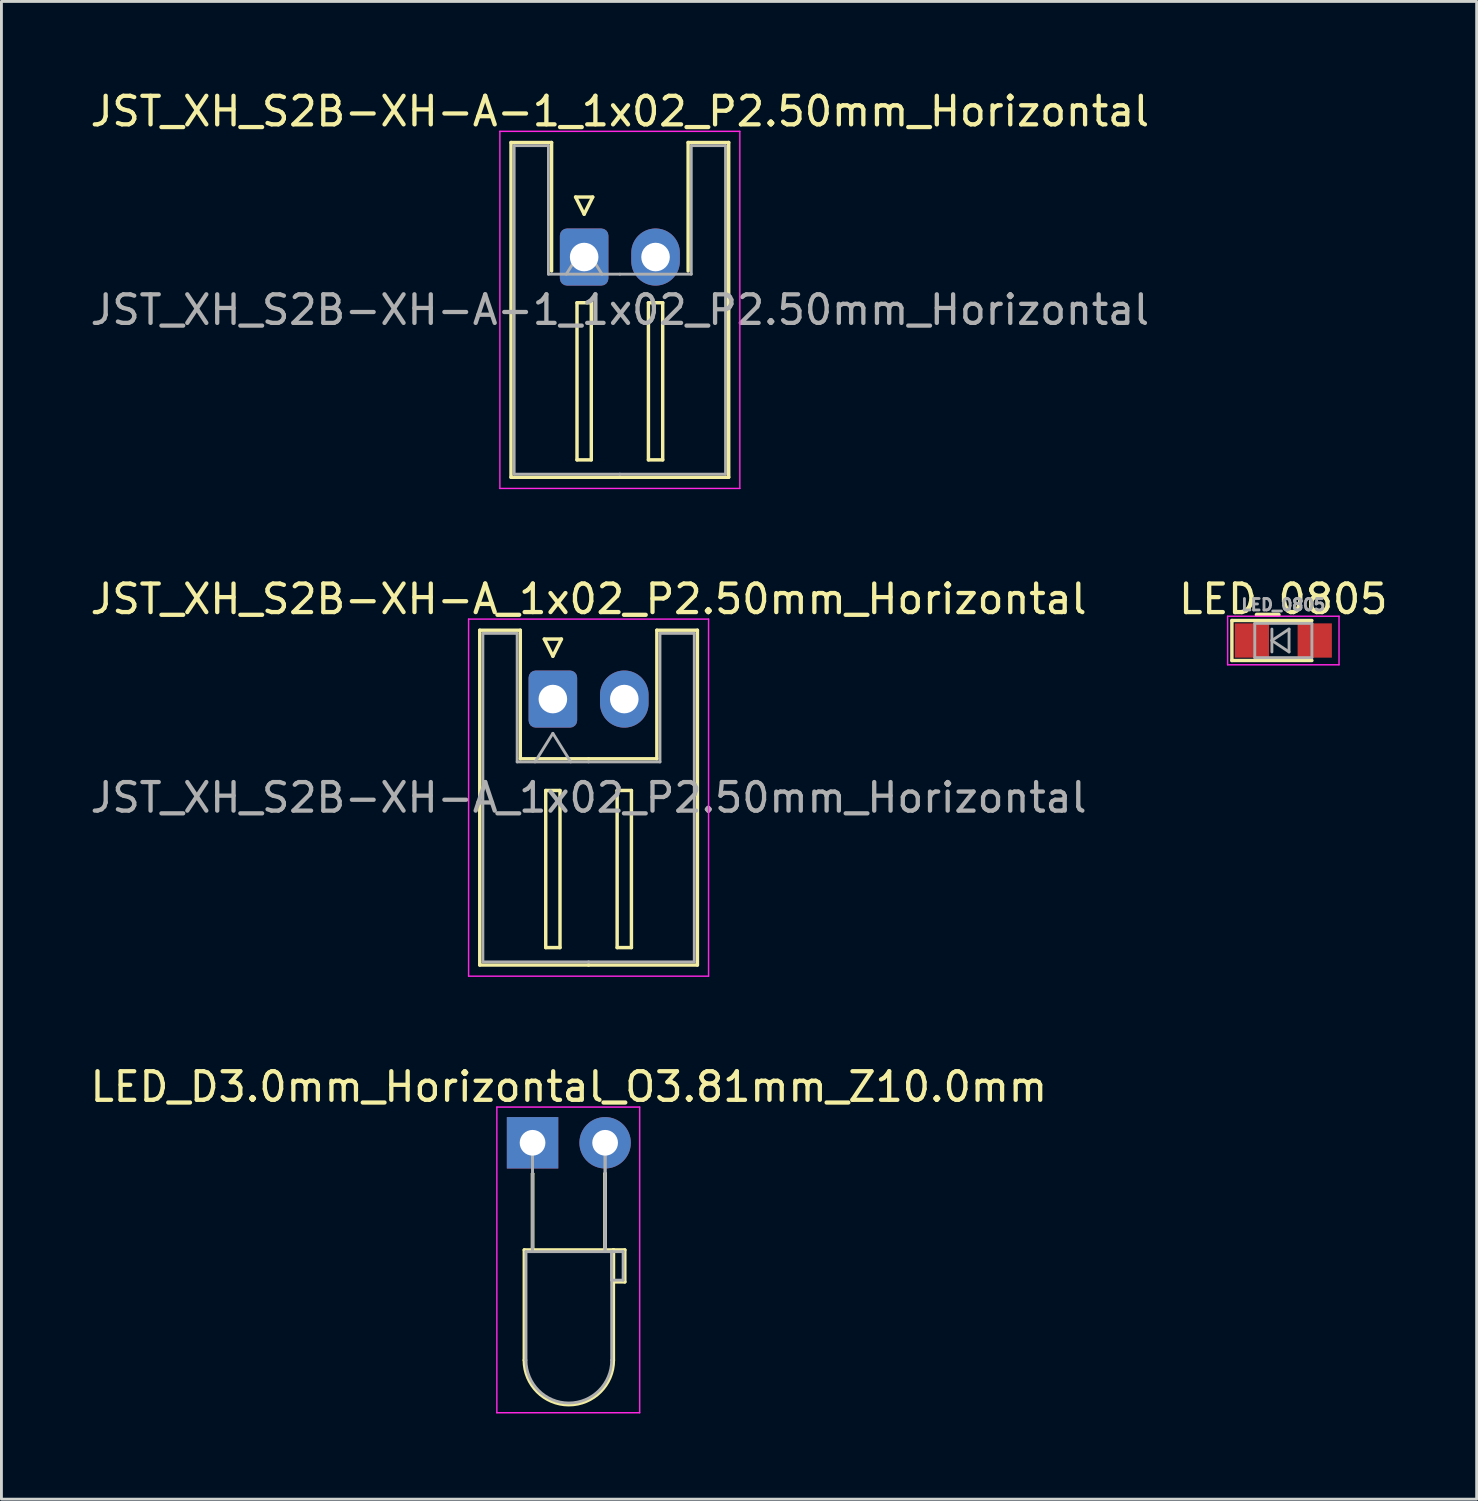
<source format=kicad_pcb>
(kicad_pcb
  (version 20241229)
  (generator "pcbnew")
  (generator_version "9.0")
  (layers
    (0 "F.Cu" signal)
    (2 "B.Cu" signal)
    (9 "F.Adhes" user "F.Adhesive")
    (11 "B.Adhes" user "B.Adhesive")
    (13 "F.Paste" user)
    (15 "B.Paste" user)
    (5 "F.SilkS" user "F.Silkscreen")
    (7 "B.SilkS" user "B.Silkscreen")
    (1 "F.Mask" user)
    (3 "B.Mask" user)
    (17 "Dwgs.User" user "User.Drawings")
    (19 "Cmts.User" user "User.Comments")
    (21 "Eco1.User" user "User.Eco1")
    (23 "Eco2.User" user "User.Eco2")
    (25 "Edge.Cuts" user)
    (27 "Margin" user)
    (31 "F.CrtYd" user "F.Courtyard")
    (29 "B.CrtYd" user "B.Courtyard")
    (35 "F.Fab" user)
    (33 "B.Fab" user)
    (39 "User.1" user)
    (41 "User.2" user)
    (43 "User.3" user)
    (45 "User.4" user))
  (footprint "LED_0805"
    (layer "F.Cu")
    (at 41.875 19.372)
    (property "Reference" "LED_0805" (at 0 -1.45 0) (layer "F.SilkS") (effects (font (size 1 1) (thickness 0.15))))
    (attr smd)
    (fp_line (start -1.8 -0.7) (end -1.8 0.7) (stroke (width 0.12) (type solid)) (layer "F.SilkS"))
    (fp_line (start -1.8 -0.7) (end 1 -0.7) (stroke (width 0.12) (type solid)) (layer "F.SilkS"))
    (fp_line (start -1.8 0.7) (end 1 0.7) (stroke (width 0.12) (type solid)) (layer "F.SilkS"))
    (fp_line (start -1.95 -0.85) (end 1.95 -0.85) (stroke (width 0.05) (type solid)) (layer "F.CrtYd"))
    (fp_line (start -1.95 0.85) (end -1.95 -0.85) (stroke (width 0.05) (type solid)) (layer "F.CrtYd"))
    (fp_line (start 1.95 -0.85) (end 1.95 0.85) (stroke (width 0.05) (type solid)) (layer "F.CrtYd"))
    (fp_line (start 1.95 0.85) (end -1.95 0.85) (stroke (width 0.05) (type solid)) (layer "F.CrtYd"))
    (fp_line (start -1 -0.6) (end 1 -0.6) (stroke (width 0.1) (type solid)) (layer "F.Fab"))
    (fp_line (start -1 0.6) (end -1 -0.6) (stroke (width 0.1) (type solid)) (layer "F.Fab"))
    (fp_line (start -0.4 -0.4) (end -0.4 0.4) (stroke (width 0.1) (type solid)) (layer "F.Fab"))
    (fp_line (start -0.4 0) (end 0.2 -0.4) (stroke (width 0.1) (type solid)) (layer "F.Fab"))
    (fp_line (start 0.2 -0.4) (end 0.2 0.4) (stroke (width 0.1) (type solid)) (layer "F.Fab"))
    (fp_line (start 0.2 0.4) (end -0.4 0) (stroke (width 0.1) (type solid)) (layer "F.Fab"))
    (fp_line (start 1 -0.6) (end 1 0.6) (stroke (width 0.1) (type solid)) (layer "F.Fab"))
    (fp_line (start 1 0.6) (end -1 0.6) (stroke (width 0.1) (type solid)) (layer "F.Fab"))
    (fp_text user "${REFERENCE}" (at 0 -1.25 0) (layer "F.Fab") (effects (font (size 0.4 0.4) (thickness 0.1))))
    (pad "1" smd rect (at -1.1 0 180) (size 1.2 1.2) (layers "F.Cu" "F.Mask" "F.Paste"))
    (pad "2" smd rect (at 1.1 0 180) (size 1.2 1.2) (layers "F.Cu" "F.Mask" "F.Paste")))
  (footprint "JST_XH_S2B-XH-A-1_1x02_P2.50mm_Horizontal"
    (layer "F.Cu")
    (at 17.399 5.948)
    (property "Reference" "JST_XH_S2B-XH-A-1_1x02_P2.50mm_Horizontal" (at 1.25 -5.1 0) (layer "F.SilkS") (effects (font (size 1 1) (thickness 0.15))))
    (attr through_hole)
    (fp_line (start -2.56 -4.01) (end -1.14 -4.01) (stroke (width 0.12) (type solid)) (layer "F.SilkS"))
    (fp_line (start -2.56 7.71) (end -2.56 -4.01) (stroke (width 0.12) (type solid)) (layer "F.SilkS"))
    (fp_line (start -1.14 -4.01) (end -1.14 0.49) (stroke (width 0.12) (type solid)) (layer "F.SilkS"))
    (fp_line (start -0.3 -2.1) (end 0.3 -2.1) (stroke (width 0.12) (type solid)) (layer "F.SilkS"))
    (fp_line (start -0.25 1.6) (end -0.25 7.1) (stroke (width 0.12) (type solid)) (layer "F.SilkS"))
    (fp_line (start -0.25 7.1) (end 0.25 7.1) (stroke (width 0.12) (type solid)) (layer "F.SilkS"))
    (fp_line (start 0 -1.5) (end -0.3 -2.1) (stroke (width 0.12) (type solid)) (layer "F.SilkS"))
    (fp_line (start 0.25 1.6) (end -0.25 1.6) (stroke (width 0.12) (type solid)) (layer "F.SilkS"))
    (fp_line (start 0.25 7.1) (end 0.25 1.6) (stroke (width 0.12) (type solid)) (layer "F.SilkS"))
    (fp_line (start 0.3 -2.1) (end 0 -1.5) (stroke (width 0.12) (type solid)) (layer "F.SilkS"))
    (fp_line (start 1.25 7.71) (end -2.56 7.71) (stroke (width 0.12) (type solid)) (layer "F.SilkS"))
    (fp_line (start 1.25 7.71) (end 5.06 7.71) (stroke (width 0.12) (type solid)) (layer "F.SilkS"))
    (fp_line (start 2.25 1.6) (end 2.25 7.1) (stroke (width 0.12) (type solid)) (layer "F.SilkS"))
    (fp_line (start 2.25 7.1) (end 2.75 7.1) (stroke (width 0.12) (type solid)) (layer "F.SilkS"))
    (fp_line (start 2.75 1.6) (end 2.25 1.6) (stroke (width 0.12) (type solid)) (layer "F.SilkS"))
    (fp_line (start 2.75 7.1) (end 2.75 1.6) (stroke (width 0.12) (type solid)) (layer "F.SilkS"))
    (fp_line (start 3.64 -4.01) (end 3.64 0.49) (stroke (width 0.12) (type solid)) (layer "F.SilkS"))
    (fp_line (start 5.06 -4.01) (end 3.64 -4.01) (stroke (width 0.12) (type solid)) (layer "F.SilkS"))
    (fp_line (start 5.06 7.71) (end 5.06 -4.01) (stroke (width 0.12) (type solid)) (layer "F.SilkS"))
    (fp_line (start -2.95 -4.4) (end -2.95 8.1) (stroke (width 0.05) (type solid)) (layer "F.CrtYd"))
    (fp_line (start -2.95 8.1) (end 5.45 8.1) (stroke (width 0.05) (type solid)) (layer "F.CrtYd"))
    (fp_line (start 5.45 -4.4) (end -2.95 -4.4) (stroke (width 0.05) (type solid)) (layer "F.CrtYd"))
    (fp_line (start 5.45 8.1) (end 5.45 -4.4) (stroke (width 0.05) (type solid)) (layer "F.CrtYd"))
    (fp_line (start -2.45 -3.9) (end -1.25 -3.9) (stroke (width 0.1) (type solid)) (layer "F.Fab"))
    (fp_line (start -2.45 7.6) (end -2.45 -3.9) (stroke (width 0.1) (type solid)) (layer "F.Fab"))
    (fp_line (start -1.25 -3.9) (end -1.25 0.6) (stroke (width 0.1) (type solid)) (layer "F.Fab"))
    (fp_line (start -1.25 0.6) (end 1.25 0.6) (stroke (width 0.1) (type solid)) (layer "F.Fab"))
    (fp_line (start -0.625 0.6) (end 0 -0.4) (stroke (width 0.1) (type solid)) (layer "F.Fab"))
    (fp_line (start 0 -0.4) (end 0.625 0.6) (stroke (width 0.1) (type solid)) (layer "F.Fab"))
    (fp_line (start 1.25 7.6) (end -2.45 7.6) (stroke (width 0.1) (type solid)) (layer "F.Fab"))
    (fp_line (start 1.25 7.6) (end 4.95 7.6) (stroke (width 0.1) (type solid)) (layer "F.Fab"))
    (fp_line (start 3.75 -3.9) (end 3.75 0.6) (stroke (width 0.1) (type solid)) (layer "F.Fab"))
    (fp_line (start 3.75 0.6) (end 1.25 0.6) (stroke (width 0.1) (type solid)) (layer "F.Fab"))
    (fp_line (start 4.95 -3.9) (end 3.75 -3.9) (stroke (width 0.1) (type solid)) (layer "F.Fab"))
    (fp_line (start 4.95 7.6) (end 4.95 -3.9) (stroke (width 0.1) (type solid)) (layer "F.Fab"))
    (fp_text user "${REFERENCE}" (at 1.25 1.85 0) (layer "F.Fab") (effects (font (size 1 1) (thickness 0.15))))
    (pad "1" thru_hole roundrect (at 0 0) (size 1.7 2) (drill 1) (layers "*.Cu" "*.Mask") (roundrect_rratio 0.147))
    (pad "2" thru_hole oval (at 2.5 0) (size 1.7 2) (drill 1) (layers "*.Cu" "*.Mask")))
  (footprint "JST_XH_S2B-XH-A_1x02_P2.50mm_Horizontal"
    (layer "F.Cu")
    (at 16.304 21.422)
    (property "Reference" "JST_XH_S2B-XH-A_1x02_P2.50mm_Horizontal" (at 1.25 -3.5 0) (layer "F.SilkS") (effects (font (size 1 1) (thickness 0.15))))
    (attr through_hole)
    (fp_line (start -2.56 -2.41) (end -1.14 -2.41) (stroke (width 0.12) (type solid)) (layer "F.SilkS"))
    (fp_line (start -2.56 9.31) (end -2.56 -2.41) (stroke (width 0.12) (type solid)) (layer "F.SilkS"))
    (fp_line (start -1.14 -2.41) (end -1.14 2.09) (stroke (width 0.12) (type solid)) (layer "F.SilkS"))
    (fp_line (start -1.14 2.09) (end 1.25 2.09) (stroke (width 0.12) (type solid)) (layer "F.SilkS"))
    (fp_line (start -0.3 -2.1) (end 0.3 -2.1) (stroke (width 0.12) (type solid)) (layer "F.SilkS"))
    (fp_line (start -0.25 3.2) (end -0.25 8.7) (stroke (width 0.12) (type solid)) (layer "F.SilkS"))
    (fp_line (start -0.25 8.7) (end 0.25 8.7) (stroke (width 0.12) (type solid)) (layer "F.SilkS"))
    (fp_line (start 0 -1.5) (end -0.3 -2.1) (stroke (width 0.12) (type solid)) (layer "F.SilkS"))
    (fp_line (start 0.25 3.2) (end -0.25 3.2) (stroke (width 0.12) (type solid)) (layer "F.SilkS"))
    (fp_line (start 0.25 8.7) (end 0.25 3.2) (stroke (width 0.12) (type solid)) (layer "F.SilkS"))
    (fp_line (start 0.3 -2.1) (end 0 -1.5) (stroke (width 0.12) (type solid)) (layer "F.SilkS"))
    (fp_line (start 1.25 9.31) (end -2.56 9.31) (stroke (width 0.12) (type solid)) (layer "F.SilkS"))
    (fp_line (start 1.25 9.31) (end 5.06 9.31) (stroke (width 0.12) (type solid)) (layer "F.SilkS"))
    (fp_line (start 2.25 3.2) (end 2.25 8.7) (stroke (width 0.12) (type solid)) (layer "F.SilkS"))
    (fp_line (start 2.25 8.7) (end 2.75 8.7) (stroke (width 0.12) (type solid)) (layer "F.SilkS"))
    (fp_line (start 2.75 3.2) (end 2.25 3.2) (stroke (width 0.12) (type solid)) (layer "F.SilkS"))
    (fp_line (start 2.75 8.7) (end 2.75 3.2) (stroke (width 0.12) (type solid)) (layer "F.SilkS"))
    (fp_line (start 3.64 -2.41) (end 3.64 2.09) (stroke (width 0.12) (type solid)) (layer "F.SilkS"))
    (fp_line (start 3.64 2.09) (end 1.25 2.09) (stroke (width 0.12) (type solid)) (layer "F.SilkS"))
    (fp_line (start 5.06 -2.41) (end 3.64 -2.41) (stroke (width 0.12) (type solid)) (layer "F.SilkS"))
    (fp_line (start 5.06 9.31) (end 5.06 -2.41) (stroke (width 0.12) (type solid)) (layer "F.SilkS"))
    (fp_line (start -2.95 -2.8) (end -2.95 9.7) (stroke (width 0.05) (type solid)) (layer "F.CrtYd"))
    (fp_line (start -2.95 9.7) (end 5.45 9.7) (stroke (width 0.05) (type solid)) (layer "F.CrtYd"))
    (fp_line (start 5.45 -2.8) (end -2.95 -2.8) (stroke (width 0.05) (type solid)) (layer "F.CrtYd"))
    (fp_line (start 5.45 9.7) (end 5.45 -2.8) (stroke (width 0.05) (type solid)) (layer "F.CrtYd"))
    (fp_line (start -2.45 -2.3) (end -1.25 -2.3) (stroke (width 0.1) (type solid)) (layer "F.Fab"))
    (fp_line (start -2.45 9.2) (end -2.45 -2.3) (stroke (width 0.1) (type solid)) (layer "F.Fab"))
    (fp_line (start -1.25 -2.3) (end -1.25 2.2) (stroke (width 0.1) (type solid)) (layer "F.Fab"))
    (fp_line (start -1.25 2.2) (end 1.25 2.2) (stroke (width 0.1) (type solid)) (layer "F.Fab"))
    (fp_line (start -0.625 2.2) (end 0 1.2) (stroke (width 0.1) (type solid)) (layer "F.Fab"))
    (fp_line (start 0 1.2) (end 0.625 2.2) (stroke (width 0.1) (type solid)) (layer "F.Fab"))
    (fp_line (start 1.25 9.2) (end -2.45 9.2) (stroke (width 0.1) (type solid)) (layer "F.Fab"))
    (fp_line (start 1.25 9.2) (end 4.95 9.2) (stroke (width 0.1) (type solid)) (layer "F.Fab"))
    (fp_line (start 3.75 -2.3) (end 3.75 2.2) (stroke (width 0.1) (type solid)) (layer "F.Fab"))
    (fp_line (start 3.75 2.2) (end 1.25 2.2) (stroke (width 0.1) (type solid)) (layer "F.Fab"))
    (fp_line (start 4.95 -2.3) (end 3.75 -2.3) (stroke (width 0.1) (type solid)) (layer "F.Fab"))
    (fp_line (start 4.95 9.2) (end 4.95 -2.3) (stroke (width 0.1) (type solid)) (layer "F.Fab"))
    (fp_text user "${REFERENCE}" (at 1.25 3.45 0) (layer "F.Fab") (effects (font (size 1 1) (thickness 0.15))))
    (pad "1" thru_hole roundrect (at 0 0) (size 1.7 2) (drill 1) (layers "*.Cu" "*.Mask") (roundrect_rratio 0.147))
    (pad "2" thru_hole oval (at 2.5 0) (size 1.7 2) (drill 1) (layers "*.Cu" "*.Mask")))
  (footprint "LED_D3.0mm_Horizontal_O3.81mm_Z10.0mm"
    (layer "F.Cu")
    (at 15.593 36.955)
    (property "Reference" "LED_D3.0mm_Horizontal_O3.81mm_Z10.0mm" (at 1.27 -1.96 0) (layer "F.SilkS") (effects (font (size 1 1) (thickness 0.15))))
    (attr through_hole)
    (fp_line (start -0.29 3.75) (end -0.29 7.61) (stroke (width 0.12) (type solid)) (layer "F.SilkS"))
    (fp_line (start -0.29 3.75) (end 2.83 3.75) (stroke (width 0.12) (type solid)) (layer "F.SilkS"))
    (fp_line (start 0 1.08) (end 0 1.08) (stroke (width 0.12) (type solid)) (layer "F.SilkS"))
    (fp_line (start 0 1.08) (end 0 3.75) (stroke (width 0.12) (type solid)) (layer "F.SilkS"))
    (fp_line (start 0 3.75) (end 0 1.08) (stroke (width 0.12) (type solid)) (layer "F.SilkS"))
    (fp_line (start 0 3.75) (end 0 3.75) (stroke (width 0.12) (type solid)) (layer "F.SilkS"))
    (fp_line (start 2.54 1.08) (end 2.54 1.08) (stroke (width 0.12) (type solid)) (layer "F.SilkS"))
    (fp_line (start 2.54 1.08) (end 2.54 3.75) (stroke (width 0.12) (type solid)) (layer "F.SilkS"))
    (fp_line (start 2.54 3.75) (end 2.54 1.08) (stroke (width 0.12) (type solid)) (layer "F.SilkS"))
    (fp_line (start 2.54 3.75) (end 2.54 3.75) (stroke (width 0.12) (type solid)) (layer "F.SilkS"))
    (fp_line (start 2.83 3.75) (end 2.83 7.61) (stroke (width 0.12) (type solid)) (layer "F.SilkS"))
    (fp_line (start 2.83 3.75) (end 3.23 3.75) (stroke (width 0.12) (type solid)) (layer "F.SilkS"))
    (fp_line (start 2.83 4.87) (end 2.83 3.75) (stroke (width 0.12) (type solid)) (layer "F.SilkS"))
    (fp_line (start 3.23 3.75) (end 3.23 4.87) (stroke (width 0.12) (type solid)) (layer "F.SilkS"))
    (fp_line (start 3.23 4.87) (end 2.83 4.87) (stroke (width 0.12) (type solid)) (layer "F.SilkS"))
    (fp_arc (start 2.83 7.61) (mid 1.27 9.17) (end -0.29 7.61) (stroke (width 0.12) (type solid)) (layer "F.SilkS"))
    (fp_line (start -1.25 -1.25) (end -1.25 9.45) (stroke (width 0.05) (type solid)) (layer "F.CrtYd"))
    (fp_line (start -1.25 9.45) (end 3.75 9.45) (stroke (width 0.05) (type solid)) (layer "F.CrtYd"))
    (fp_line (start 3.75 -1.25) (end -1.25 -1.25) (stroke (width 0.05) (type solid)) (layer "F.CrtYd"))
    (fp_line (start 3.75 9.45) (end 3.75 -1.25) (stroke (width 0.05) (type solid)) (layer "F.CrtYd"))
    (fp_line (start -0.23 3.81) (end -0.23 7.61) (stroke (width 0.1) (type solid)) (layer "F.Fab"))
    (fp_line (start -0.23 3.81) (end 2.77 3.81) (stroke (width 0.1) (type solid)) (layer "F.Fab"))
    (fp_line (start 0 0) (end 0 0) (stroke (width 0.1) (type solid)) (layer "F.Fab"))
    (fp_line (start 0 0) (end 0 3.81) (stroke (width 0.1) (type solid)) (layer "F.Fab"))
    (fp_line (start 0 3.81) (end 0 0) (stroke (width 0.1) (type solid)) (layer "F.Fab"))
    (fp_line (start 0 3.81) (end 0 3.81) (stroke (width 0.1) (type solid)) (layer "F.Fab"))
    (fp_line (start 2.54 0) (end 2.54 0) (stroke (width 0.1) (type solid)) (layer "F.Fab"))
    (fp_line (start 2.54 0) (end 2.54 3.81) (stroke (width 0.1) (type solid)) (layer "F.Fab"))
    (fp_line (start 2.54 3.81) (end 2.54 0) (stroke (width 0.1) (type solid)) (layer "F.Fab"))
    (fp_line (start 2.54 3.81) (end 2.54 3.81) (stroke (width 0.1) (type solid)) (layer "F.Fab"))
    (fp_line (start 2.77 3.81) (end 2.77 7.61) (stroke (width 0.1) (type solid)) (layer "F.Fab"))
    (fp_line (start 2.77 3.81) (end 3.17 3.81) (stroke (width 0.1) (type solid)) (layer "F.Fab"))
    (fp_line (start 2.77 4.81) (end 2.77 3.81) (stroke (width 0.1) (type solid)) (layer "F.Fab"))
    (fp_line (start 3.17 3.81) (end 3.17 4.81) (stroke (width 0.1) (type solid)) (layer "F.Fab"))
    (fp_line (start 3.17 4.81) (end 2.77 4.81) (stroke (width 0.1) (type solid)) (layer "F.Fab"))
    (fp_arc (start 2.77 7.61) (mid 1.27 9.11) (end -0.23 7.61) (stroke (width 0.1) (type solid)) (layer "F.Fab"))
    (pad "1" thru_hole rect (at 0 0) (size 1.8 1.8) (drill 0.9) (layers "*.Cu" "*.Mask"))
    (pad "2" thru_hole circle (at 2.54 0) (size 1.8 1.8) (drill 0.9) (layers "*.Cu" "*.Mask")))
  (gr_rect
    (start -3 -3)
    (end 48.643 49.43)
    (stroke (width 0.1) (type default))
    (fill no)
    (layer "Edge.Cuts")))
</source>
